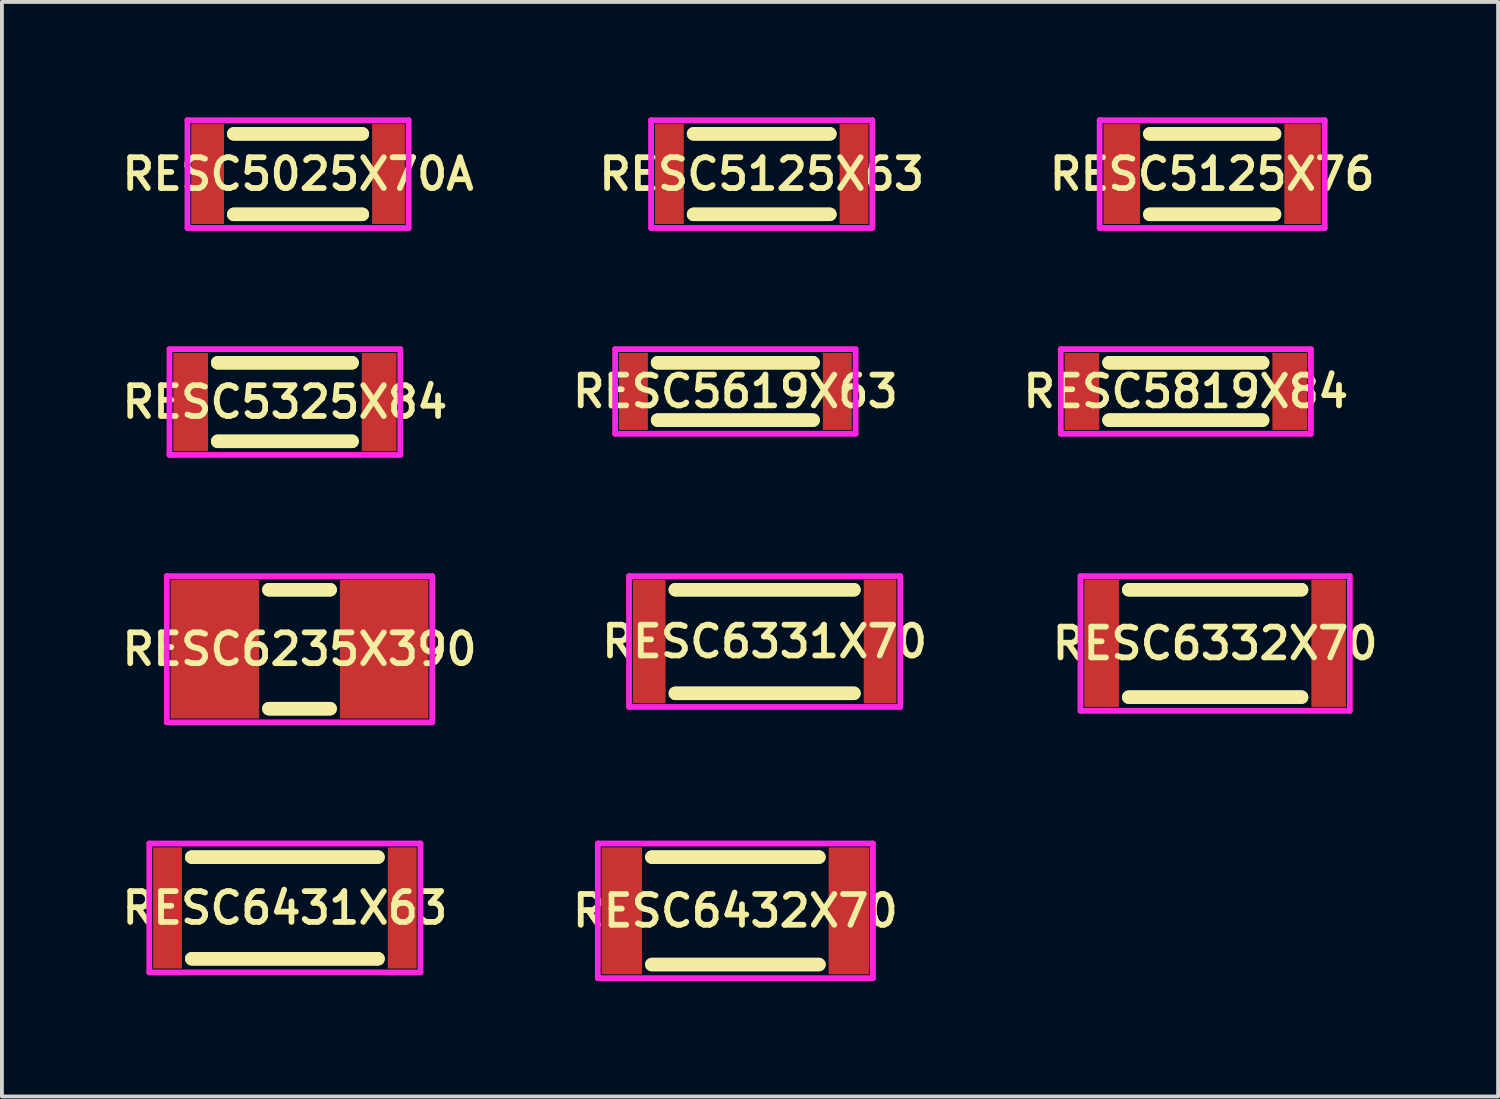
<source format=kicad_pcb>
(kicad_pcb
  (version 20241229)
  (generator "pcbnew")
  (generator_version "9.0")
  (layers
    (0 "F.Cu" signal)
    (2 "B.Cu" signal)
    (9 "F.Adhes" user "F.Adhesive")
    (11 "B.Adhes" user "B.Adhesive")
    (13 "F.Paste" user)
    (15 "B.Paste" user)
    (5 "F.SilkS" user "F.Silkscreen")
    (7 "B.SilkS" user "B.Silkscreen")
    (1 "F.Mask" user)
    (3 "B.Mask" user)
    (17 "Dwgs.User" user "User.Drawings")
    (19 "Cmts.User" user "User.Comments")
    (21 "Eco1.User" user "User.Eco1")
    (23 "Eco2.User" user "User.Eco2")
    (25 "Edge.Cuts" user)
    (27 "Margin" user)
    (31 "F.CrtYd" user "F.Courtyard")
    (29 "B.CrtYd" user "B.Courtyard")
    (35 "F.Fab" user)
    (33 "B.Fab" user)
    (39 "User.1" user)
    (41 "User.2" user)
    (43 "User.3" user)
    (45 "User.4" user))
  (footprint "RESC5125X76"
    (layer "F.Cu")
    (at 28.458 1.475)
    (property "Reference" "RESC5125X76" (at 0 0 0) (layer "F.SilkS") (effects (font (size 0.8 0.8) (thickness 0.15))))
    (attr smd)
    (fp_line (start -1.621 -1.046) (end 1.621 -1.046) (stroke (width 0.35) (type solid)) (layer "F.SilkS"))
    (fp_line (start -1.621 1.046) (end 1.621 1.046) (stroke (width 0.35) (type solid)) (layer "F.SilkS"))
    (fp_line (start 1.621 -1.046) (end -1.621 -1.046) (stroke (width 0.35) (type solid)) (layer "F.SilkS"))
    (fp_line (start 1.621 1.046) (end -1.621 1.046) (stroke (width 0.35) (type solid)) (layer "F.SilkS"))
    (fp_line (start -2.925 -1.4) (end 2.925 -1.4) (stroke (width 0.15) (type solid)) (layer "F.CrtYd"))
    (fp_line (start -2.925 1.4) (end -2.925 -1.4) (stroke (width 0.15) (type solid)) (layer "F.CrtYd"))
    (fp_line (start 2.925 -1.4) (end 2.925 1.4) (stroke (width 0.15) (type solid)) (layer "F.CrtYd"))
    (fp_line (start 2.925 1.4) (end -2.925 1.4) (stroke (width 0.15) (type solid)) (layer "F.CrtYd"))
    (pad "1" smd rect (at -2.35 0) (size 0.95 2.6) (layers "F.Cu" "F.Mask" "F.Paste"))
    (pad "2" smd rect (at 2.35 0) (size 0.95 2.6) (layers "F.Cu" "F.Mask" "F.Paste")))
  (footprint "RESC5819X84"
    (layer "F.Cu")
    (at 27.773 7.125)
    (property "Reference" "RESC5819X84" (at 0 0 0) (layer "F.SilkS") (effects (font (size 0.8 0.8) (thickness 0.15))))
    (attr smd)
    (fp_line (start -1.996 -0.746) (end 1.996 -0.746) (stroke (width 0.35) (type solid)) (layer "F.SilkS"))
    (fp_line (start -1.996 0.746) (end 1.996 0.746) (stroke (width 0.35) (type solid)) (layer "F.SilkS"))
    (fp_line (start 1.996 -0.746) (end -1.996 -0.746) (stroke (width 0.35) (type solid)) (layer "F.SilkS"))
    (fp_line (start 1.996 0.746) (end -1.996 0.746) (stroke (width 0.35) (type solid)) (layer "F.SilkS"))
    (fp_line (start -3.25 -1.1) (end 3.25 -1.1) (stroke (width 0.15) (type solid)) (layer "F.CrtYd"))
    (fp_line (start -3.25 1.1) (end -3.25 -1.1) (stroke (width 0.15) (type solid)) (layer "F.CrtYd"))
    (fp_line (start 3.25 -1.1) (end 3.25 1.1) (stroke (width 0.15) (type solid)) (layer "F.CrtYd"))
    (fp_line (start 3.25 1.1) (end -3.25 1.1) (stroke (width 0.15) (type solid)) (layer "F.CrtYd"))
    (pad "1" smd rect (at -2.7 0) (size 0.9 2) (layers "F.Cu" "F.Mask" "F.Paste"))
    (pad "2" smd rect (at 2.7 0) (size 0.9 2) (layers "F.Cu" "F.Mask" "F.Paste")))
  (footprint "RESC5325X84"
    (layer "F.Cu")
    (at 4.355 7.4)
    (property "Reference" "RESC5325X84" (at 0 0 0) (layer "F.SilkS") (effects (font (size 0.8 0.8) (thickness 0.15))))
    (attr smd)
    (fp_line (start -1.746 -1.021) (end 1.746 -1.021) (stroke (width 0.35) (type solid)) (layer "F.SilkS"))
    (fp_line (start -1.746 1.021) (end 1.746 1.021) (stroke (width 0.35) (type solid)) (layer "F.SilkS"))
    (fp_line (start 1.746 -1.021) (end -1.746 -1.021) (stroke (width 0.35) (type solid)) (layer "F.SilkS"))
    (fp_line (start 1.746 1.021) (end -1.746 1.021) (stroke (width 0.35) (type solid)) (layer "F.SilkS"))
    (fp_line (start -3 -1.375) (end 3 -1.375) (stroke (width 0.15) (type solid)) (layer "F.CrtYd"))
    (fp_line (start -3 1.375) (end -3 -1.375) (stroke (width 0.15) (type solid)) (layer "F.CrtYd"))
    (fp_line (start 3 -1.375) (end 3 1.375) (stroke (width 0.15) (type solid)) (layer "F.CrtYd"))
    (fp_line (start 3 1.375) (end -3 1.375) (stroke (width 0.15) (type solid)) (layer "F.CrtYd"))
    (pad "1" smd rect (at -2.45 0) (size 0.9 2.55) (layers "F.Cu" "F.Mask" "F.Paste"))
    (pad "2" smd rect (at 2.45 0) (size 0.9 2.55) (layers "F.Cu" "F.Mask" "F.Paste")))
  (footprint "RESC6332X70"
    (layer "F.Cu")
    (at 28.535 13.675)
    (property "Reference" "RESC6332X70" (at 0 0 0) (layer "F.SilkS") (effects (font (size 0.8 0.8) (thickness 0.15))))
    (attr smd)
    (fp_line (start -2.246 -1.396) (end 2.246 -1.396) (stroke (width 0.35) (type solid)) (layer "F.SilkS"))
    (fp_line (start -2.246 1.396) (end 2.246 1.396) (stroke (width 0.35) (type solid)) (layer "F.SilkS"))
    (fp_line (start 2.246 -1.396) (end -2.246 -1.396) (stroke (width 0.35) (type solid)) (layer "F.SilkS"))
    (fp_line (start 2.246 1.396) (end -2.246 1.396) (stroke (width 0.35) (type solid)) (layer "F.SilkS"))
    (fp_line (start -3.5 -1.75) (end 3.5 -1.75) (stroke (width 0.15) (type solid)) (layer "F.CrtYd"))
    (fp_line (start -3.5 1.75) (end -3.5 -1.75) (stroke (width 0.15) (type solid)) (layer "F.CrtYd"))
    (fp_line (start 3.5 -1.75) (end 3.5 1.75) (stroke (width 0.15) (type solid)) (layer "F.CrtYd"))
    (fp_line (start 3.5 1.75) (end -3.5 1.75) (stroke (width 0.15) (type solid)) (layer "F.CrtYd"))
    (pad "1" smd rect (at -2.95 0) (size 0.9 3.3) (layers "F.Cu" "F.Mask" "F.Paste"))
    (pad "2" smd rect (at 2.95 0) (size 0.9 3.3) (layers "F.Cu" "F.Mask" "F.Paste")))
  (footprint "RESC6331X70"
    (layer "F.Cu")
    (at 16.825 13.625)
    (property "Reference" "RESC6331X70" (at 0 0 0) (layer "F.SilkS") (effects (font (size 0.8 0.8) (thickness 0.15))))
    (attr smd)
    (fp_line (start -2.321 -1.346) (end 2.321 -1.346) (stroke (width 0.35) (type solid)) (layer "F.SilkS"))
    (fp_line (start -2.321 1.346) (end 2.321 1.346) (stroke (width 0.35) (type solid)) (layer "F.SilkS"))
    (fp_line (start 2.321 -1.346) (end -2.321 -1.346) (stroke (width 0.35) (type solid)) (layer "F.SilkS"))
    (fp_line (start 2.321 1.346) (end -2.321 1.346) (stroke (width 0.35) (type solid)) (layer "F.SilkS"))
    (fp_line (start -3.525 -1.7) (end 3.525 -1.7) (stroke (width 0.15) (type solid)) (layer "F.CrtYd"))
    (fp_line (start -3.525 1.7) (end -3.525 -1.7) (stroke (width 0.15) (type solid)) (layer "F.CrtYd"))
    (fp_line (start 3.525 -1.7) (end 3.525 1.7) (stroke (width 0.15) (type solid)) (layer "F.CrtYd"))
    (fp_line (start 3.525 1.7) (end -3.525 1.7) (stroke (width 0.15) (type solid)) (layer "F.CrtYd"))
    (pad "1" smd rect (at -3 0) (size 0.85 3.2) (layers "F.Cu" "F.Mask" "F.Paste"))
    (pad "2" smd rect (at 3 0) (size 0.85 3.2) (layers "F.Cu" "F.Mask" "F.Paste")))
  (footprint "RESC5619X63"
    (layer "F.Cu")
    (at 16.064 7.125)
    (property "Reference" "RESC5619X63" (at 0 0 0) (layer "F.SilkS") (effects (font (size 0.8 0.8) (thickness 0.15))))
    (attr smd)
    (fp_line (start -2.021 -0.746) (end 2.021 -0.746) (stroke (width 0.35) (type solid)) (layer "F.SilkS"))
    (fp_line (start -2.021 0.746) (end 2.021 0.746) (stroke (width 0.35) (type solid)) (layer "F.SilkS"))
    (fp_line (start 2.021 -0.746) (end -2.021 -0.746) (stroke (width 0.35) (type solid)) (layer "F.SilkS"))
    (fp_line (start 2.021 0.746) (end -2.021 0.746) (stroke (width 0.35) (type solid)) (layer "F.SilkS"))
    (fp_line (start -3.125 -1.1) (end 3.125 -1.1) (stroke (width 0.15) (type solid)) (layer "F.CrtYd"))
    (fp_line (start -3.125 1.1) (end -3.125 -1.1) (stroke (width 0.15) (type solid)) (layer "F.CrtYd"))
    (fp_line (start 3.125 -1.1) (end 3.125 1.1) (stroke (width 0.15) (type solid)) (layer "F.CrtYd"))
    (fp_line (start 3.125 1.1) (end -3.125 1.1) (stroke (width 0.15) (type solid)) (layer "F.CrtYd"))
    (pad "1" smd rect (at -2.65 0) (size 0.75 2) (layers "F.Cu" "F.Mask" "F.Paste"))
    (pad "2" smd rect (at 2.65 0) (size 0.75 2) (layers "F.Cu" "F.Mask" "F.Paste")))
  (footprint "RESC5025X70A"
    (layer "F.Cu")
    (at 4.697 1.475)
    (property "Reference" "RESC5025X70A" (at 0 0 0) (layer "F.SilkS") (effects (font (size 0.8 0.8) (thickness 0.15))))
    (attr smd)
    (fp_line (start -1.671 -1.046) (end 1.671 -1.046) (stroke (width 0.35) (type solid)) (layer "F.SilkS"))
    (fp_line (start -1.671 1.046) (end 1.671 1.046) (stroke (width 0.35) (type solid)) (layer "F.SilkS"))
    (fp_line (start 1.671 -1.046) (end -1.671 -1.046) (stroke (width 0.35) (type solid)) (layer "F.SilkS"))
    (fp_line (start 1.671 1.046) (end -1.671 1.046) (stroke (width 0.35) (type solid)) (layer "F.SilkS"))
    (fp_line (start -2.875 -1.4) (end 2.875 -1.4) (stroke (width 0.15) (type solid)) (layer "F.CrtYd"))
    (fp_line (start -2.875 1.4) (end -2.875 -1.4) (stroke (width 0.15) (type solid)) (layer "F.CrtYd"))
    (fp_line (start 2.875 -1.4) (end 2.875 1.4) (stroke (width 0.15) (type solid)) (layer "F.CrtYd"))
    (fp_line (start 2.875 1.4) (end -2.875 1.4) (stroke (width 0.15) (type solid)) (layer "F.CrtYd"))
    (pad "1" smd rect (at -2.35 0) (size 0.85 2.6) (layers "F.Cu" "F.Mask" "F.Paste"))
    (pad "2" smd rect (at 2.35 0) (size 0.85 2.6) (layers "F.Cu" "F.Mask" "F.Paste")))
  (footprint "RESC5125X63"
    (layer "F.Cu")
    (at 16.749 1.475)
    (property "Reference" "RESC5125X63" (at 0 0 0) (layer "F.SilkS") (effects (font (size 0.8 0.8) (thickness 0.15))))
    (attr smd)
    (fp_line (start -1.771 -1.046) (end 1.771 -1.046) (stroke (width 0.35) (type solid)) (layer "F.SilkS"))
    (fp_line (start -1.771 1.046) (end 1.771 1.046) (stroke (width 0.35) (type solid)) (layer "F.SilkS"))
    (fp_line (start 1.771 -1.046) (end -1.771 -1.046) (stroke (width 0.35) (type solid)) (layer "F.SilkS"))
    (fp_line (start 1.771 1.046) (end -1.771 1.046) (stroke (width 0.35) (type solid)) (layer "F.SilkS"))
    (fp_line (start -2.875 -1.4) (end 2.875 -1.4) (stroke (width 0.15) (type solid)) (layer "F.CrtYd"))
    (fp_line (start -2.875 1.4) (end -2.875 -1.4) (stroke (width 0.15) (type solid)) (layer "F.CrtYd"))
    (fp_line (start 2.875 -1.4) (end 2.875 1.4) (stroke (width 0.15) (type solid)) (layer "F.CrtYd"))
    (fp_line (start 2.875 1.4) (end -2.875 1.4) (stroke (width 0.15) (type solid)) (layer "F.CrtYd"))
    (pad "1" smd rect (at -2.4 0) (size 0.75 2.6) (layers "F.Cu" "F.Mask" "F.Paste"))
    (pad "2" smd rect (at 2.4 0) (size 0.75 2.6) (layers "F.Cu" "F.Mask" "F.Paste")))
  (footprint "RESC6432X70"
    (layer "F.Cu")
    (at 16.064 20.625)
    (property "Reference" "RESC6432X70" (at 0 0 0) (layer "F.SilkS") (effects (font (size 0.8 0.8) (thickness 0.15))))
    (attr smd)
    (fp_line (start -2.171 -1.396) (end 2.171 -1.396) (stroke (width 0.35) (type solid)) (layer "F.SilkS"))
    (fp_line (start -2.171 1.396) (end 2.171 1.396) (stroke (width 0.35) (type solid)) (layer "F.SilkS"))
    (fp_line (start 2.171 -1.396) (end -2.171 -1.396) (stroke (width 0.35) (type solid)) (layer "F.SilkS"))
    (fp_line (start 2.171 1.396) (end -2.171 1.396) (stroke (width 0.35) (type solid)) (layer "F.SilkS"))
    (fp_line (start -3.575 -1.75) (end 3.575 -1.75) (stroke (width 0.15) (type solid)) (layer "F.CrtYd"))
    (fp_line (start -3.575 1.75) (end -3.575 -1.75) (stroke (width 0.15) (type solid)) (layer "F.CrtYd"))
    (fp_line (start 3.575 -1.75) (end 3.575 1.75) (stroke (width 0.15) (type solid)) (layer "F.CrtYd"))
    (fp_line (start 3.575 1.75) (end -3.575 1.75) (stroke (width 0.15) (type solid)) (layer "F.CrtYd"))
    (pad "1" smd rect (at -2.95 0) (size 1.05 3.3) (layers "F.Cu" "F.Mask" "F.Paste"))
    (pad "2" smd rect (at 2.95 0) (size 1.05 3.3) (layers "F.Cu" "F.Mask" "F.Paste")))
  (footprint "RESC6431X63"
    (layer "F.Cu")
    (at 4.355 20.55)
    (property "Reference" "RESC6431X63" (at 0 0 0) (layer "F.SilkS") (effects (font (size 0.8 0.8) (thickness 0.15))))
    (attr smd)
    (fp_line (start -2.421 -1.321) (end 2.421 -1.321) (stroke (width 0.35) (type solid)) (layer "F.SilkS"))
    (fp_line (start -2.421 1.321) (end 2.421 1.321) (stroke (width 0.35) (type solid)) (layer "F.SilkS"))
    (fp_line (start 2.421 -1.321) (end -2.421 -1.321) (stroke (width 0.35) (type solid)) (layer "F.SilkS"))
    (fp_line (start 2.421 1.321) (end -2.421 1.321) (stroke (width 0.35) (type solid)) (layer "F.SilkS"))
    (fp_line (start -3.525 -1.675) (end 3.525 -1.675) (stroke (width 0.15) (type solid)) (layer "F.CrtYd"))
    (fp_line (start -3.525 1.675) (end -3.525 -1.675) (stroke (width 0.15) (type solid)) (layer "F.CrtYd"))
    (fp_line (start 3.525 -1.675) (end 3.525 1.675) (stroke (width 0.15) (type solid)) (layer "F.CrtYd"))
    (fp_line (start 3.525 1.675) (end -3.525 1.675) (stroke (width 0.15) (type solid)) (layer "F.CrtYd"))
    (pad "1" smd rect (at -3.05 0) (size 0.75 3.15) (layers "F.Cu" "F.Mask" "F.Paste"))
    (pad "2" smd rect (at 3.05 0) (size 0.75 3.15) (layers "F.Cu" "F.Mask" "F.Paste")))
  (footprint "RESC6235X390"
    (layer "F.Cu")
    (at 4.735 13.825)
    (property "Reference" "RESC6235X390" (at 0 0 0) (layer "F.SilkS") (effects (font (size 0.8 0.8) (thickness 0.15))))
    (attr smd)
    (fp_line (start -0.796 -1.546) (end 0.796 -1.546) (stroke (width 0.35) (type solid)) (layer "F.SilkS"))
    (fp_line (start -0.796 1.546) (end 0.796 1.546) (stroke (width 0.35) (type solid)) (layer "F.SilkS"))
    (fp_line (start 0.796 -1.546) (end -0.796 -1.546) (stroke (width 0.35) (type solid)) (layer "F.SilkS"))
    (fp_line (start 0.796 1.546) (end -0.796 1.546) (stroke (width 0.35) (type solid)) (layer "F.SilkS"))
    (fp_line (start -3.45 -1.9) (end 3.45 -1.9) (stroke (width 0.15) (type solid)) (layer "F.CrtYd"))
    (fp_line (start -3.45 1.9) (end -3.45 -1.9) (stroke (width 0.15) (type solid)) (layer "F.CrtYd"))
    (fp_line (start 3.45 -1.9) (end 3.45 1.9) (stroke (width 0.15) (type solid)) (layer "F.CrtYd"))
    (fp_line (start 3.45 1.9) (end -3.45 1.9) (stroke (width 0.15) (type solid)) (layer "F.CrtYd"))
    (pad "1" smd rect (at -2.2 0) (size 2.3 3.6) (layers "F.Cu" "F.Mask" "F.Paste"))
    (pad "2" smd rect (at 2.2 0) (size 2.3 3.6) (layers "F.Cu" "F.Mask" "F.Paste")))
  (gr_rect
    (start -3 -3)
    (end 35.889 25.45)
    (stroke (width 0.1) (type default))
    (fill no)
    (layer "Edge.Cuts")))
</source>
